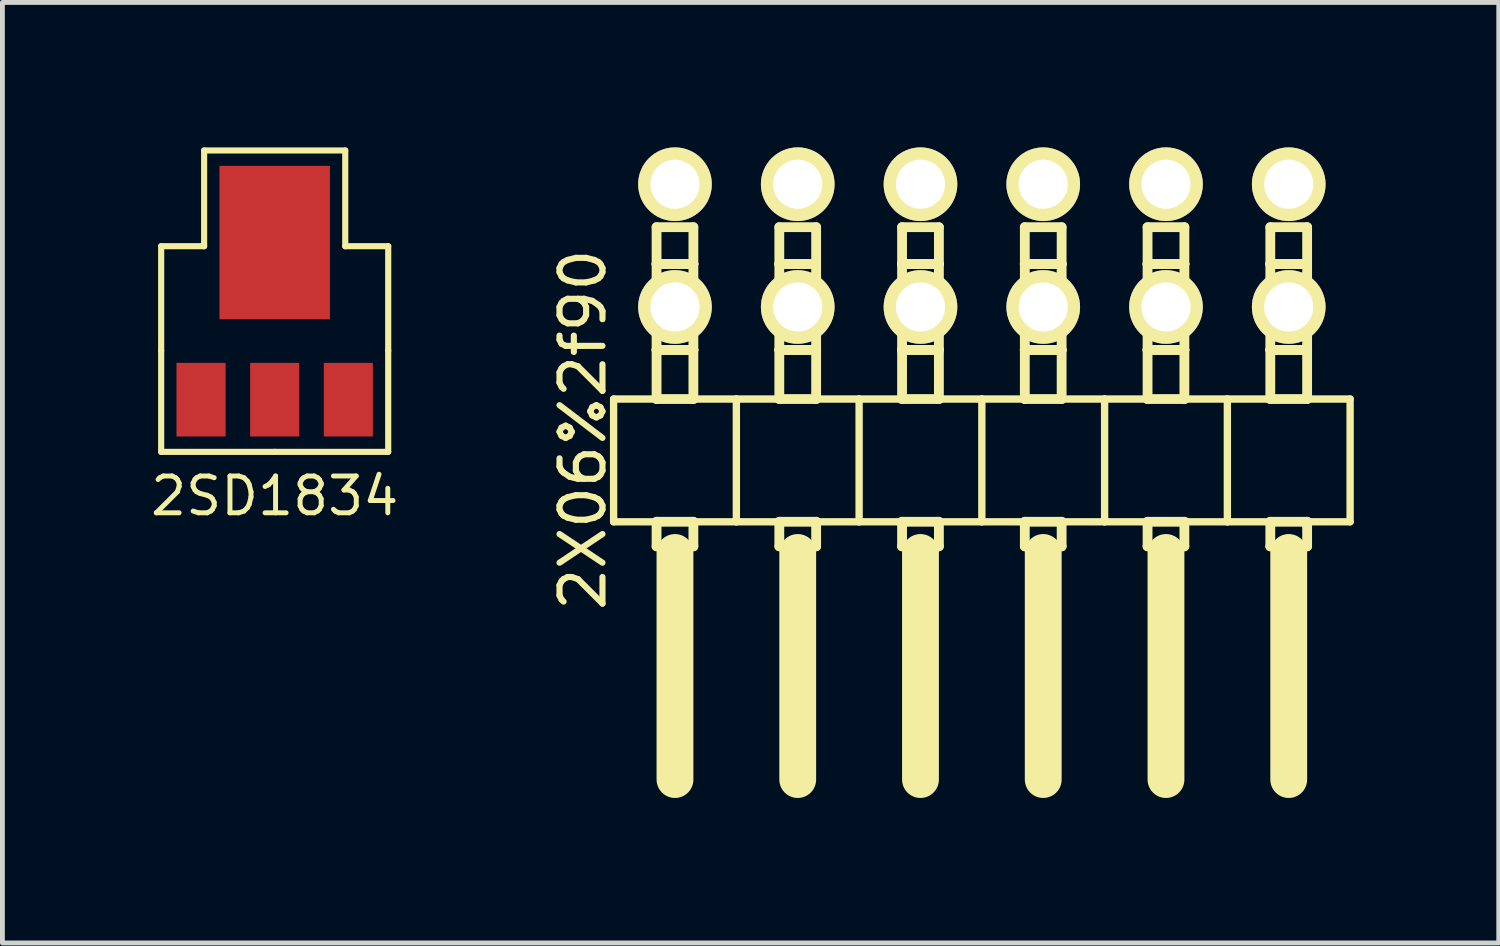
<source format=kicad_pcb>
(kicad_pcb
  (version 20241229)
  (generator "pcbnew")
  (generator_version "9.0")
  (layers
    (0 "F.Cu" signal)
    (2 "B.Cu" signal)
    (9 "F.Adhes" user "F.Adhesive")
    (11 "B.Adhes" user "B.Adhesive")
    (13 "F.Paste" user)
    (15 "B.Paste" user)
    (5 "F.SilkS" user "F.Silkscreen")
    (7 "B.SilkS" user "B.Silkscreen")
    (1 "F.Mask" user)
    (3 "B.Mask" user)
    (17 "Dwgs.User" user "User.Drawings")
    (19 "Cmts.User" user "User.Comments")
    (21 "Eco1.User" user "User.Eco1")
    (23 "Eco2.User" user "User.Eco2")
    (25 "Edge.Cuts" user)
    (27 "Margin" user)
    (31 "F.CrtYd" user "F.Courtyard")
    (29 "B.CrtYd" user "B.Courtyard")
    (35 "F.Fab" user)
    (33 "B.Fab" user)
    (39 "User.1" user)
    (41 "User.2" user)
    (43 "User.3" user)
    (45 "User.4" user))
  (footprint "2SD1834"
    (layer "F.Cu")
    (at 2.634 2.045)
    (property "Reference" "2SD1834" (at 0 5.169 0) (layer "F.SilkS") (effects (font (size 0.762 0.762) (thickness 0.102))))
    (attr smd)
    (fp_line (start -2.349 0) (end -1.46 0) (stroke (width 0.127) (type solid)) (layer "F.SilkS"))
    (fp_line (start -2.349 2.159) (end -2.349 0) (stroke (width 0.127) (type solid)) (layer "F.SilkS"))
    (fp_line (start -2.349 4.255) (end -2.349 2.159) (stroke (width 0.127) (type solid)) (layer "F.SilkS"))
    (fp_line (start -1.46 -1.981) (end 1.46 -1.981) (stroke (width 0.127) (type solid)) (layer "F.SilkS"))
    (fp_line (start -1.46 0) (end -1.46 -1.981) (stroke (width 0.127) (type solid)) (layer "F.SilkS"))
    (fp_line (start 0 4.255) (end -2.349 4.255) (stroke (width 0.127) (type solid)) (layer "F.SilkS"))
    (fp_line (start 0 4.255) (end 2.349 4.255) (stroke (width 0.127) (type solid)) (layer "F.SilkS"))
    (fp_line (start 1.46 -1.981) (end 1.46 0) (stroke (width 0.127) (type solid)) (layer "F.SilkS"))
    (fp_line (start 1.46 0) (end 2.349 0) (stroke (width 0.127) (type solid)) (layer "F.SilkS"))
    (fp_line (start 2.349 0) (end 2.349 2.159) (stroke (width 0.127) (type solid)) (layer "F.SilkS"))
    (fp_line (start 2.349 4.255) (end 2.349 2.159) (stroke (width 0.127) (type solid)) (layer "F.SilkS"))
    (pad "1" smd rect (at -1.524 3.175) (size 1.016 1.524) (layers "F.Cu" "F.Mask" "F.Paste"))
    (pad "2" smd rect (at 0 -0.076) (size 2.286 3.175) (layers "F.Cu" "F.Mask" "F.Paste"))
    (pad "2" smd rect (at 0 3.175) (size 1.016 1.524) (layers "F.Cu" "F.Mask" "F.Paste"))
    (pad "3" smd rect (at 1.524 3.175) (size 1.016 1.524) (layers "F.Cu" "F.Mask" "F.Paste")))
  (footprint "2X06%2f90"
    (layer "F.Cu")
    (at 17.267 2.032)
    (property "Reference" "2X06%2f90" (at -8.255 3.81 90) (layer "F.SilkS") (effects (font (size 0.889 0.889) (thickness 0.127))))
    (attr exclude_from_pos_files exclude_from_bom)
    (fp_line (start -7.62 3.175) (end -7.62 5.715) (stroke (width 0.152) (type solid)) (layer "F.SilkS"))
    (fp_line (start -7.62 5.715) (end -5.08 5.715) (stroke (width 0.152) (type solid)) (layer "F.SilkS"))
    (fp_line (start -6.731 -0.381) (end -6.731 0.381) (stroke (width 0.203) (type solid)) (layer "F.SilkS"))
    (fp_line (start -6.731 0.381) (end -6.731 2.159) (stroke (width 0.203) (type solid)) (layer "F.SilkS"))
    (fp_line (start -6.731 2.159) (end -6.731 3.175) (stroke (width 0.203) (type solid)) (layer "F.SilkS"))
    (fp_line (start -6.731 5.715) (end -6.731 6.223) (stroke (width 0.203) (type solid)) (layer "F.SilkS"))
    (fp_line (start -6.35 6.35) (end -6.35 11.049) (stroke (width 0.762) (type solid)) (layer "F.SilkS"))
    (fp_line (start -5.969 -0.381) (end -6.731 -0.381) (stroke (width 0.203) (type solid)) (layer "F.SilkS"))
    (fp_line (start -5.969 -0.381) (end -5.969 0.381) (stroke (width 0.203) (type solid)) (layer "F.SilkS"))
    (fp_line (start -5.969 0.381) (end -6.731 0.381) (stroke (width 0.203) (type solid)) (layer "F.SilkS"))
    (fp_line (start -5.969 0.381) (end -6.731 0.381) (stroke (width 0.203) (type solid)) (layer "F.SilkS"))
    (fp_line (start -5.969 0.381) (end -5.969 2.159) (stroke (width 0.203) (type solid)) (layer "F.SilkS"))
    (fp_line (start -5.969 2.159) (end -6.731 2.159) (stroke (width 0.203) (type solid)) (layer "F.SilkS"))
    (fp_line (start -5.969 2.159) (end -6.731 2.159) (stroke (width 0.203) (type solid)) (layer "F.SilkS"))
    (fp_line (start -5.969 2.159) (end -5.969 3.175) (stroke (width 0.203) (type solid)) (layer "F.SilkS"))
    (fp_line (start -5.969 3.175) (end -6.731 3.175) (stroke (width 0.203) (type solid)) (layer "F.SilkS"))
    (fp_line (start -5.969 5.715) (end -6.731 5.715) (stroke (width 0.203) (type solid)) (layer "F.SilkS"))
    (fp_line (start -5.969 5.715) (end -5.969 6.223) (stroke (width 0.203) (type solid)) (layer "F.SilkS"))
    (fp_line (start -5.969 6.223) (end -6.731 6.223) (stroke (width 0.203) (type solid)) (layer "F.SilkS"))
    (fp_line (start -5.08 3.175) (end -7.62 3.175) (stroke (width 0.152) (type solid)) (layer "F.SilkS"))
    (fp_line (start -5.08 3.175) (end -5.08 5.715) (stroke (width 0.152) (type solid)) (layer "F.SilkS"))
    (fp_line (start -5.08 5.715) (end -2.54 5.715) (stroke (width 0.152) (type solid)) (layer "F.SilkS"))
    (fp_line (start -4.191 -0.381) (end -4.191 0.381) (stroke (width 0.203) (type solid)) (layer "F.SilkS"))
    (fp_line (start -4.191 0.381) (end -4.191 2.159) (stroke (width 0.203) (type solid)) (layer "F.SilkS"))
    (fp_line (start -4.191 2.159) (end -4.191 3.175) (stroke (width 0.203) (type solid)) (layer "F.SilkS"))
    (fp_line (start -4.191 5.715) (end -4.191 6.223) (stroke (width 0.203) (type solid)) (layer "F.SilkS"))
    (fp_line (start -3.81 6.35) (end -3.81 11.049) (stroke (width 0.762) (type solid)) (layer "F.SilkS"))
    (fp_line (start -3.429 -0.381) (end -4.191 -0.381) (stroke (width 0.203) (type solid)) (layer "F.SilkS"))
    (fp_line (start -3.429 -0.381) (end -3.429 0.381) (stroke (width 0.203) (type solid)) (layer "F.SilkS"))
    (fp_line (start -3.429 0.381) (end -4.191 0.381) (stroke (width 0.203) (type solid)) (layer "F.SilkS"))
    (fp_line (start -3.429 0.381) (end -4.191 0.381) (stroke (width 0.203) (type solid)) (layer "F.SilkS"))
    (fp_line (start -3.429 0.381) (end -3.429 2.159) (stroke (width 0.203) (type solid)) (layer "F.SilkS"))
    (fp_line (start -3.429 2.159) (end -4.191 2.159) (stroke (width 0.203) (type solid)) (layer "F.SilkS"))
    (fp_line (start -3.429 2.159) (end -4.191 2.159) (stroke (width 0.203) (type solid)) (layer "F.SilkS"))
    (fp_line (start -3.429 2.159) (end -3.429 3.175) (stroke (width 0.203) (type solid)) (layer "F.SilkS"))
    (fp_line (start -3.429 3.175) (end -4.191 3.175) (stroke (width 0.203) (type solid)) (layer "F.SilkS"))
    (fp_line (start -3.429 5.715) (end -4.191 5.715) (stroke (width 0.203) (type solid)) (layer "F.SilkS"))
    (fp_line (start -3.429 5.715) (end -3.429 6.223) (stroke (width 0.203) (type solid)) (layer "F.SilkS"))
    (fp_line (start -3.429 6.223) (end -4.191 6.223) (stroke (width 0.203) (type solid)) (layer "F.SilkS"))
    (fp_line (start -2.54 3.175) (end -5.08 3.175) (stroke (width 0.152) (type solid)) (layer "F.SilkS"))
    (fp_line (start -2.54 3.175) (end -2.54 5.715) (stroke (width 0.152) (type solid)) (layer "F.SilkS"))
    (fp_line (start -2.54 5.715) (end 0 5.715) (stroke (width 0.152) (type solid)) (layer "F.SilkS"))
    (fp_line (start -1.651 -0.381) (end -1.651 0.381) (stroke (width 0.203) (type solid)) (layer "F.SilkS"))
    (fp_line (start -1.651 0.381) (end -1.651 2.159) (stroke (width 0.203) (type solid)) (layer "F.SilkS"))
    (fp_line (start -1.651 2.159) (end -1.651 3.175) (stroke (width 0.203) (type solid)) (layer "F.SilkS"))
    (fp_line (start -1.651 5.715) (end -1.651 6.223) (stroke (width 0.203) (type solid)) (layer "F.SilkS"))
    (fp_line (start -1.27 6.35) (end -1.27 11.049) (stroke (width 0.762) (type solid)) (layer "F.SilkS"))
    (fp_line (start -0.889 -0.381) (end -1.651 -0.381) (stroke (width 0.203) (type solid)) (layer "F.SilkS"))
    (fp_line (start -0.889 -0.381) (end -0.889 0.381) (stroke (width 0.203) (type solid)) (layer "F.SilkS"))
    (fp_line (start -0.889 0.381) (end -1.651 0.381) (stroke (width 0.203) (type solid)) (layer "F.SilkS"))
    (fp_line (start -0.889 0.381) (end -1.651 0.381) (stroke (width 0.203) (type solid)) (layer "F.SilkS"))
    (fp_line (start -0.889 0.381) (end -0.889 2.159) (stroke (width 0.203) (type solid)) (layer "F.SilkS"))
    (fp_line (start -0.889 2.159) (end -1.651 2.159) (stroke (width 0.203) (type solid)) (layer "F.SilkS"))
    (fp_line (start -0.889 2.159) (end -1.651 2.159) (stroke (width 0.203) (type solid)) (layer "F.SilkS"))
    (fp_line (start -0.889 2.159) (end -0.889 3.175) (stroke (width 0.203) (type solid)) (layer "F.SilkS"))
    (fp_line (start -0.889 3.175) (end -1.651 3.175) (stroke (width 0.203) (type solid)) (layer "F.SilkS"))
    (fp_line (start -0.889 5.715) (end -1.651 5.715) (stroke (width 0.203) (type solid)) (layer "F.SilkS"))
    (fp_line (start -0.889 5.715) (end -0.889 6.223) (stroke (width 0.203) (type solid)) (layer "F.SilkS"))
    (fp_line (start -0.889 6.223) (end -1.651 6.223) (stroke (width 0.203) (type solid)) (layer "F.SilkS"))
    (fp_line (start 0 3.175) (end -2.54 3.175) (stroke (width 0.152) (type solid)) (layer "F.SilkS"))
    (fp_line (start 0 3.175) (end 0 5.715) (stroke (width 0.152) (type solid)) (layer "F.SilkS"))
    (fp_line (start 0 5.715) (end 2.54 5.715) (stroke (width 0.152) (type solid)) (layer "F.SilkS"))
    (fp_line (start 0.889 -0.381) (end 0.889 0.381) (stroke (width 0.203) (type solid)) (layer "F.SilkS"))
    (fp_line (start 0.889 0.381) (end 0.889 2.159) (stroke (width 0.203) (type solid)) (layer "F.SilkS"))
    (fp_line (start 0.889 2.159) (end 0.889 3.175) (stroke (width 0.203) (type solid)) (layer "F.SilkS"))
    (fp_line (start 0.889 5.715) (end 0.889 6.223) (stroke (width 0.203) (type solid)) (layer "F.SilkS"))
    (fp_line (start 1.27 6.35) (end 1.27 11.049) (stroke (width 0.762) (type solid)) (layer "F.SilkS"))
    (fp_line (start 1.651 -0.381) (end 0.889 -0.381) (stroke (width 0.203) (type solid)) (layer "F.SilkS"))
    (fp_line (start 1.651 -0.381) (end 1.651 0.381) (stroke (width 0.203) (type solid)) (layer "F.SilkS"))
    (fp_line (start 1.651 0.381) (end 0.889 0.381) (stroke (width 0.203) (type solid)) (layer "F.SilkS"))
    (fp_line (start 1.651 0.381) (end 0.889 0.381) (stroke (width 0.203) (type solid)) (layer "F.SilkS"))
    (fp_line (start 1.651 0.381) (end 1.651 2.159) (stroke (width 0.203) (type solid)) (layer "F.SilkS"))
    (fp_line (start 1.651 2.159) (end 0.889 2.159) (stroke (width 0.203) (type solid)) (layer "F.SilkS"))
    (fp_line (start 1.651 2.159) (end 0.889 2.159) (stroke (width 0.203) (type solid)) (layer "F.SilkS"))
    (fp_line (start 1.651 2.159) (end 1.651 3.175) (stroke (width 0.203) (type solid)) (layer "F.SilkS"))
    (fp_line (start 1.651 3.175) (end 0.889 3.175) (stroke (width 0.203) (type solid)) (layer "F.SilkS"))
    (fp_line (start 1.651 5.715) (end 0.889 5.715) (stroke (width 0.203) (type solid)) (layer "F.SilkS"))
    (fp_line (start 1.651 5.715) (end 1.651 6.223) (stroke (width 0.203) (type solid)) (layer "F.SilkS"))
    (fp_line (start 1.651 6.223) (end 0.889 6.223) (stroke (width 0.203) (type solid)) (layer "F.SilkS"))
    (fp_line (start 2.54 3.175) (end 0 3.175) (stroke (width 0.152) (type solid)) (layer "F.SilkS"))
    (fp_line (start 2.54 3.175) (end 2.54 5.715) (stroke (width 0.152) (type solid)) (layer "F.SilkS"))
    (fp_line (start 2.54 5.715) (end 5.08 5.715) (stroke (width 0.152) (type solid)) (layer "F.SilkS"))
    (fp_line (start 3.429 -0.381) (end 3.429 0.381) (stroke (width 0.203) (type solid)) (layer "F.SilkS"))
    (fp_line (start 3.429 0.381) (end 3.429 2.159) (stroke (width 0.203) (type solid)) (layer "F.SilkS"))
    (fp_line (start 3.429 2.159) (end 3.429 3.175) (stroke (width 0.203) (type solid)) (layer "F.SilkS"))
    (fp_line (start 3.429 5.715) (end 3.429 6.223) (stroke (width 0.203) (type solid)) (layer "F.SilkS"))
    (fp_line (start 3.81 6.35) (end 3.81 11.049) (stroke (width 0.762) (type solid)) (layer "F.SilkS"))
    (fp_line (start 4.191 -0.381) (end 3.429 -0.381) (stroke (width 0.203) (type solid)) (layer "F.SilkS"))
    (fp_line (start 4.191 -0.381) (end 4.191 0.381) (stroke (width 0.203) (type solid)) (layer "F.SilkS"))
    (fp_line (start 4.191 0.381) (end 3.429 0.381) (stroke (width 0.203) (type solid)) (layer "F.SilkS"))
    (fp_line (start 4.191 0.381) (end 3.429 0.381) (stroke (width 0.203) (type solid)) (layer "F.SilkS"))
    (fp_line (start 4.191 0.381) (end 4.191 2.159) (stroke (width 0.203) (type solid)) (layer "F.SilkS"))
    (fp_line (start 4.191 2.159) (end 3.429 2.159) (stroke (width 0.203) (type solid)) (layer "F.SilkS"))
    (fp_line (start 4.191 2.159) (end 3.429 2.159) (stroke (width 0.203) (type solid)) (layer "F.SilkS"))
    (fp_line (start 4.191 2.159) (end 4.191 3.175) (stroke (width 0.203) (type solid)) (layer "F.SilkS"))
    (fp_line (start 4.191 3.175) (end 3.429 3.175) (stroke (width 0.203) (type solid)) (layer "F.SilkS"))
    (fp_line (start 4.191 5.715) (end 3.429 5.715) (stroke (width 0.203) (type solid)) (layer "F.SilkS"))
    (fp_line (start 4.191 5.715) (end 4.191 6.223) (stroke (width 0.203) (type solid)) (layer "F.SilkS"))
    (fp_line (start 4.191 6.223) (end 3.429 6.223) (stroke (width 0.203) (type solid)) (layer "F.SilkS"))
    (fp_line (start 5.08 3.175) (end 2.54 3.175) (stroke (width 0.152) (type solid)) (layer "F.SilkS"))
    (fp_line (start 5.08 3.175) (end 5.08 5.715) (stroke (width 0.152) (type solid)) (layer "F.SilkS"))
    (fp_line (start 5.08 5.715) (end 7.62 5.715) (stroke (width 0.152) (type solid)) (layer "F.SilkS"))
    (fp_line (start 5.969 -0.381) (end 5.969 0.381) (stroke (width 0.203) (type solid)) (layer "F.SilkS"))
    (fp_line (start 5.969 0.381) (end 5.969 2.159) (stroke (width 0.203) (type solid)) (layer "F.SilkS"))
    (fp_line (start 5.969 2.159) (end 5.969 3.175) (stroke (width 0.203) (type solid)) (layer "F.SilkS"))
    (fp_line (start 5.969 5.715) (end 5.969 6.223) (stroke (width 0.203) (type solid)) (layer "F.SilkS"))
    (fp_line (start 6.35 6.35) (end 6.35 11.049) (stroke (width 0.762) (type solid)) (layer "F.SilkS"))
    (fp_line (start 6.731 -0.381) (end 5.969 -0.381) (stroke (width 0.203) (type solid)) (layer "F.SilkS"))
    (fp_line (start 6.731 -0.381) (end 6.731 0.381) (stroke (width 0.203) (type solid)) (layer "F.SilkS"))
    (fp_line (start 6.731 0.381) (end 5.969 0.381) (stroke (width 0.203) (type solid)) (layer "F.SilkS"))
    (fp_line (start 6.731 0.381) (end 5.969 0.381) (stroke (width 0.203) (type solid)) (layer "F.SilkS"))
    (fp_line (start 6.731 0.381) (end 6.731 2.159) (stroke (width 0.203) (type solid)) (layer "F.SilkS"))
    (fp_line (start 6.731 2.159) (end 5.969 2.159) (stroke (width 0.203) (type solid)) (layer "F.SilkS"))
    (fp_line (start 6.731 2.159) (end 5.969 2.159) (stroke (width 0.203) (type solid)) (layer "F.SilkS"))
    (fp_line (start 6.731 2.159) (end 6.731 3.175) (stroke (width 0.203) (type solid)) (layer "F.SilkS"))
    (fp_line (start 6.731 3.175) (end 5.969 3.175) (stroke (width 0.203) (type solid)) (layer "F.SilkS"))
    (fp_line (start 6.731 5.715) (end 5.969 5.715) (stroke (width 0.203) (type solid)) (layer "F.SilkS"))
    (fp_line (start 6.731 5.715) (end 6.731 6.223) (stroke (width 0.203) (type solid)) (layer "F.SilkS"))
    (fp_line (start 6.731 6.223) (end 5.969 6.223) (stroke (width 0.203) (type solid)) (layer "F.SilkS"))
    (fp_line (start 7.62 3.175) (end 5.08 3.175) (stroke (width 0.152) (type solid)) (layer "F.SilkS"))
    (fp_line (start 7.62 5.715) (end 7.62 3.175) (stroke (width 0.152) (type solid)) (layer "F.SilkS"))
    (pad "1" thru_hole circle (at 6.35 -1.27 180) (size 1.524 1.524) (drill 1.016) (layers "*.Cu" "*.Mask" "F.SilkS"))
    (pad "2" thru_hole circle (at 6.35 1.27 180) (size 1.524 1.524) (drill 1.016) (layers "*.Cu" "*.Mask" "F.SilkS"))
    (pad "3" thru_hole circle (at 3.81 -1.27 180) (size 1.524 1.524) (drill 1.016) (layers "*.Cu" "*.Mask" "F.SilkS"))
    (pad "4" thru_hole circle (at 3.81 1.27 180) (size 1.524 1.524) (drill 1.016) (layers "*.Cu" "*.Mask" "F.SilkS"))
    (pad "5" thru_hole circle (at 1.27 -1.27 180) (size 1.524 1.524) (drill 1.016) (layers "*.Cu" "*.Mask" "F.SilkS"))
    (pad "6" thru_hole circle (at 1.27 1.27 180) (size 1.524 1.524) (drill 1.016) (layers "*.Cu" "*.Mask" "F.SilkS"))
    (pad "7" thru_hole circle (at -1.27 -1.27 180) (size 1.524 1.524) (drill 1.016) (layers "*.Cu" "*.Mask" "F.SilkS"))
    (pad "8" thru_hole circle (at -1.27 1.27 180) (size 1.524 1.524) (drill 1.016) (layers "*.Cu" "*.Mask" "F.SilkS"))
    (pad "9" thru_hole circle (at -3.81 -1.27 180) (size 1.524 1.524) (drill 1.016) (layers "*.Cu" "*.Mask" "F.SilkS"))
    (pad "10" thru_hole circle (at -3.81 1.27 180) (size 1.524 1.524) (drill 1.016) (layers "*.Cu" "*.Mask" "F.SilkS"))
    (pad "11" thru_hole circle (at -6.35 -1.27 180) (size 1.524 1.524) (drill 1.016) (layers "*.Cu" "*.Mask" "F.SilkS"))
    (pad "12" thru_hole circle (at -6.35 1.27 180) (size 1.524 1.524) (drill 1.016) (layers "*.Cu" "*.Mask" "F.SilkS")))
  (gr_rect
    (start -3 -3)
    (end 27.963 16.462)
    (stroke (width 0.1) (type default))
    (fill no)
    (layer "Edge.Cuts")))
</source>
